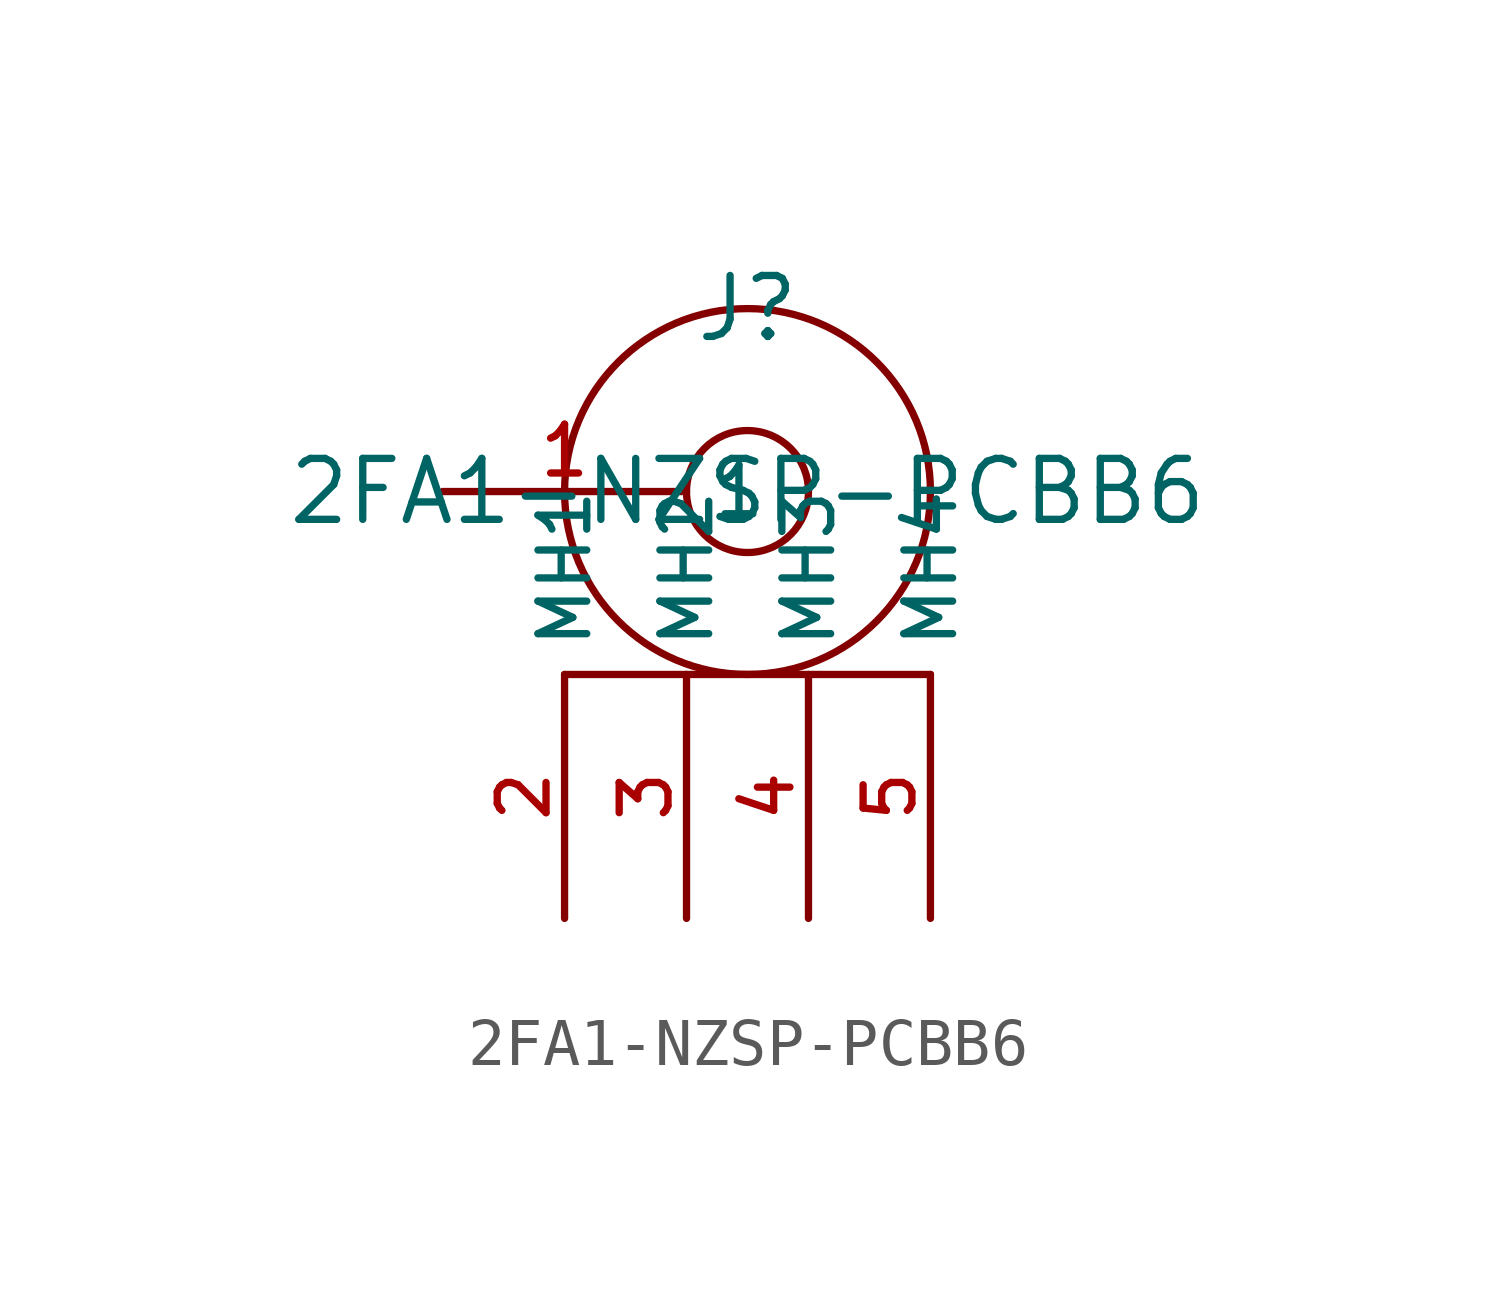
<source format=kicad_sym>
(kicad_symbol_lib
  (version 20231120)
  (generator "kicad_symbol_editor")
  (generator_version "8.0")
  (symbol "2FA1-NZSP-PCBB6"
    (property "Reference" "J"
      (at 0 3.81 0)
      (effects (font (size 1.27 1.27))))
    (property "Value" "2FA1-NZSP-PCBB6"
      (at 0 0 0)
      (effects (font (size 1.27 1.27))))
    (symbol "2FA1-NZSP-PCBB6_0_1"
      (polyline (pts (xy -3.81 -3.81) (xy 3.81 -3.81)) (stroke (width 0) (type default)) (fill (type none)))
      (circle (center 0 0) (radius 1.27) (stroke (width 0) (type default)) (fill (type none)))
      (circle (center 0 0) (radius 3.81) (stroke (width 0) (type default)) (fill (type none))))
    (symbol "2FA1-NZSP-PCBB6_1_0"
      (pin bidirectional line (at -6.35 0 0) (length 5.08) (name "1" (effects (font (size 1.016 1.016)))) (number "1" (effects (font (size 1.016 1.016)))))
      (pin power_in line (at -3.81 -8.89 90) (length 5.08) (name "MH1" (effects (font (size 1.016 1.016)))) (number "2" (effects (font (size 1.016 1.016)))))
      (pin power_in line (at -1.27 -8.89 90) (length 5.08) (name "MH2" (effects (font (size 1.016 1.016)))) (number "3" (effects (font (size 1.016 1.016)))))
      (pin power_in line (at 1.27 -8.89 90) (length 5.08) (name "MH3" (effects (font (size 1.016 1.016)))) (number "4" (effects (font (size 1.016 1.016)))))
      (pin power_in line (at 3.81 -8.89 90) (length 5.08) (name "MH4" (effects (font (size 1.016 1.016)))) (number "5" (effects (font (size 1.016 1.016))))))))
</source>
